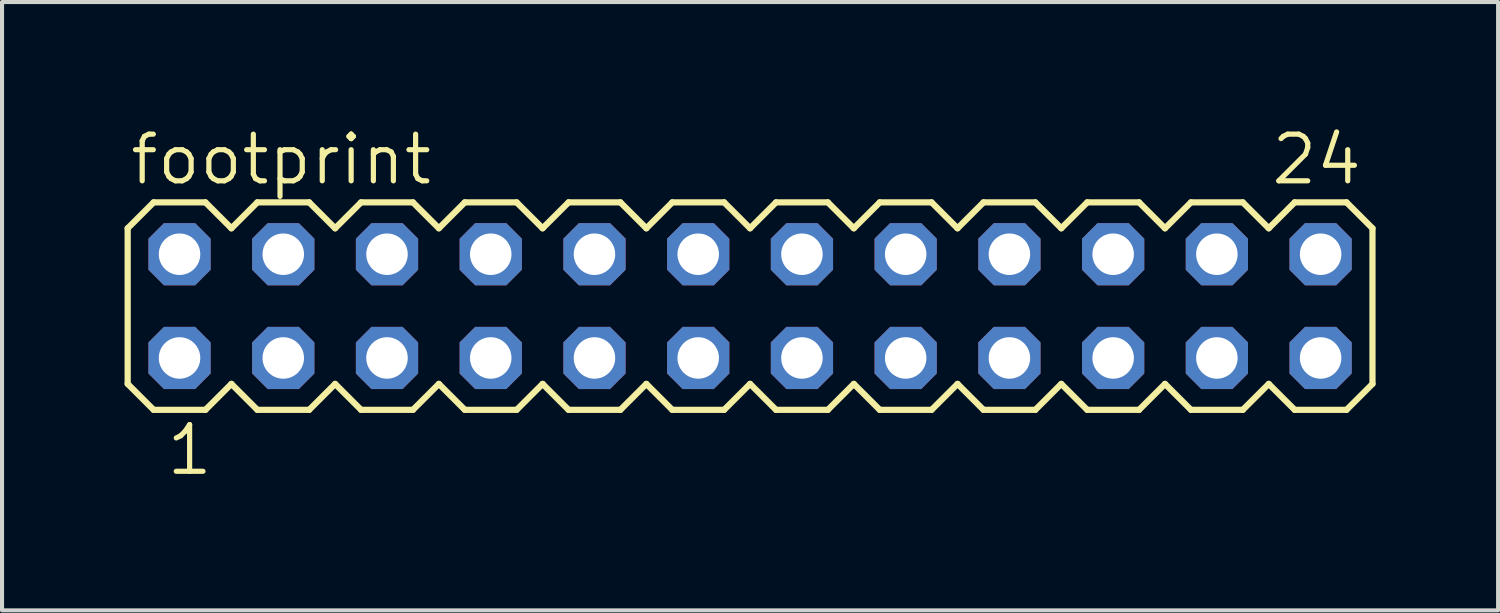
<source format=kicad_pcb>
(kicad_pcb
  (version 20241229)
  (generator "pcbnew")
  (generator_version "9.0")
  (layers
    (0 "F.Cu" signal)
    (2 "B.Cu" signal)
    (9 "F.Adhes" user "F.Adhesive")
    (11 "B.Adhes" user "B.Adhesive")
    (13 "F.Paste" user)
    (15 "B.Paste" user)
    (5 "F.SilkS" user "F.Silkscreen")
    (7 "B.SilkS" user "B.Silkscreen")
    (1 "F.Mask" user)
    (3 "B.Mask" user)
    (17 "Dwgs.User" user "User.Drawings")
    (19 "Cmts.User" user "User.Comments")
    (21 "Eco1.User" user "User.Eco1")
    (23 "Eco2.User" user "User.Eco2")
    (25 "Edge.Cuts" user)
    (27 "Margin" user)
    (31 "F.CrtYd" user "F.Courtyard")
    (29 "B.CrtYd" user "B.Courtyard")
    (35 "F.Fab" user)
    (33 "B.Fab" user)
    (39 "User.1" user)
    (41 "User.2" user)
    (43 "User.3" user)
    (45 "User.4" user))
  (footprint "footprint"
    (layer "F.Cu")
    (at 15.316 4.445)
    (property "Reference" "footprint" (at -15.24 -2.921 0) (layer "F.SilkS") (effects (font (size 1.143 1.143) (thickness 0.127)) (justify left bottom)))
    (fp_line (start -15.24 -1.905) (end -15.24 1.905) (stroke (width 0.152) (type solid)) (layer "F.SilkS"))
    (fp_line (start -15.24 1.905) (end -14.605 2.54) (stroke (width 0.152) (type solid)) (layer "F.SilkS"))
    (fp_line (start -14.605 -2.54) (end -15.24 -1.905) (stroke (width 0.152) (type solid)) (layer "F.SilkS"))
    (fp_line (start -14.605 -2.54) (end -13.335 -2.54) (stroke (width 0.152) (type solid)) (layer "F.SilkS"))
    (fp_line (start -13.335 -2.54) (end -12.7 -1.905) (stroke (width 0.152) (type solid)) (layer "F.SilkS"))
    (fp_line (start -13.335 2.54) (end -14.605 2.54) (stroke (width 0.152) (type solid)) (layer "F.SilkS"))
    (fp_line (start -12.7 -1.905) (end -12.065 -2.54) (stroke (width 0.152) (type solid)) (layer "F.SilkS"))
    (fp_line (start -12.7 1.905) (end -13.335 2.54) (stroke (width 0.152) (type solid)) (layer "F.SilkS"))
    (fp_line (start -12.065 -2.54) (end -10.795 -2.54) (stroke (width 0.152) (type solid)) (layer "F.SilkS"))
    (fp_line (start -12.065 2.54) (end -12.7 1.905) (stroke (width 0.152) (type solid)) (layer "F.SilkS"))
    (fp_line (start -10.795 -2.54) (end -10.16 -1.905) (stroke (width 0.152) (type solid)) (layer "F.SilkS"))
    (fp_line (start -10.795 2.54) (end -12.065 2.54) (stroke (width 0.152) (type solid)) (layer "F.SilkS"))
    (fp_line (start -10.16 -1.905) (end -9.525 -2.54) (stroke (width 0.152) (type solid)) (layer "F.SilkS"))
    (fp_line (start -10.16 1.905) (end -10.795 2.54) (stroke (width 0.152) (type solid)) (layer "F.SilkS"))
    (fp_line (start -9.525 -2.54) (end -8.255 -2.54) (stroke (width 0.152) (type solid)) (layer "F.SilkS"))
    (fp_line (start -9.525 2.54) (end -10.16 1.905) (stroke (width 0.152) (type solid)) (layer "F.SilkS"))
    (fp_line (start -8.255 -2.54) (end -7.62 -1.905) (stroke (width 0.152) (type solid)) (layer "F.SilkS"))
    (fp_line (start -8.255 2.54) (end -9.525 2.54) (stroke (width 0.152) (type solid)) (layer "F.SilkS"))
    (fp_line (start -7.62 1.905) (end -8.255 2.54) (stroke (width 0.152) (type solid)) (layer "F.SilkS"))
    (fp_line (start -7.62 1.905) (end -6.985 2.54) (stroke (width 0.152) (type solid)) (layer "F.SilkS"))
    (fp_line (start -6.985 -2.54) (end -7.62 -1.905) (stroke (width 0.152) (type solid)) (layer "F.SilkS"))
    (fp_line (start -6.985 -2.54) (end -5.715 -2.54) (stroke (width 0.152) (type solid)) (layer "F.SilkS"))
    (fp_line (start -5.715 -2.54) (end -5.08 -1.905) (stroke (width 0.152) (type solid)) (layer "F.SilkS"))
    (fp_line (start -5.715 2.54) (end -6.985 2.54) (stroke (width 0.152) (type solid)) (layer "F.SilkS"))
    (fp_line (start -5.08 -1.905) (end -4.445 -2.54) (stroke (width 0.152) (type solid)) (layer "F.SilkS"))
    (fp_line (start -5.08 1.905) (end -5.715 2.54) (stroke (width 0.152) (type solid)) (layer "F.SilkS"))
    (fp_line (start -4.445 -2.54) (end -3.175 -2.54) (stroke (width 0.152) (type solid)) (layer "F.SilkS"))
    (fp_line (start -4.445 2.54) (end -5.08 1.905) (stroke (width 0.152) (type solid)) (layer "F.SilkS"))
    (fp_line (start -3.175 -2.54) (end -2.54 -1.905) (stroke (width 0.152) (type solid)) (layer "F.SilkS"))
    (fp_line (start -3.175 2.54) (end -4.445 2.54) (stroke (width 0.152) (type solid)) (layer "F.SilkS"))
    (fp_line (start -2.54 -1.905) (end -1.905 -2.54) (stroke (width 0.152) (type solid)) (layer "F.SilkS"))
    (fp_line (start -2.54 1.905) (end -3.175 2.54) (stroke (width 0.152) (type solid)) (layer "F.SilkS"))
    (fp_line (start -1.905 -2.54) (end -0.635 -2.54) (stroke (width 0.152) (type solid)) (layer "F.SilkS"))
    (fp_line (start -1.905 2.54) (end -2.54 1.905) (stroke (width 0.152) (type solid)) (layer "F.SilkS"))
    (fp_line (start -0.635 -2.54) (end 0 -1.905) (stroke (width 0.152) (type solid)) (layer "F.SilkS"))
    (fp_line (start -0.635 2.54) (end -1.905 2.54) (stroke (width 0.152) (type solid)) (layer "F.SilkS"))
    (fp_line (start 0 1.905) (end -0.635 2.54) (stroke (width 0.152) (type solid)) (layer "F.SilkS"))
    (fp_line (start 0 1.905) (end 0.635 2.54) (stroke (width 0.152) (type solid)) (layer "F.SilkS"))
    (fp_line (start 0.635 -2.54) (end 0 -1.905) (stroke (width 0.152) (type solid)) (layer "F.SilkS"))
    (fp_line (start 0.635 -2.54) (end 1.905 -2.54) (stroke (width 0.152) (type solid)) (layer "F.SilkS"))
    (fp_line (start 1.905 -2.54) (end 2.54 -1.905) (stroke (width 0.152) (type solid)) (layer "F.SilkS"))
    (fp_line (start 1.905 2.54) (end 0.635 2.54) (stroke (width 0.152) (type solid)) (layer "F.SilkS"))
    (fp_line (start 2.54 -1.905) (end 3.175 -2.54) (stroke (width 0.152) (type solid)) (layer "F.SilkS"))
    (fp_line (start 2.54 1.905) (end 1.905 2.54) (stroke (width 0.152) (type solid)) (layer "F.SilkS"))
    (fp_line (start 3.175 -2.54) (end 4.445 -2.54) (stroke (width 0.152) (type solid)) (layer "F.SilkS"))
    (fp_line (start 3.175 2.54) (end 2.54 1.905) (stroke (width 0.152) (type solid)) (layer "F.SilkS"))
    (fp_line (start 4.445 -2.54) (end 5.08 -1.905) (stroke (width 0.152) (type solid)) (layer "F.SilkS"))
    (fp_line (start 4.445 2.54) (end 3.175 2.54) (stroke (width 0.152) (type solid)) (layer "F.SilkS"))
    (fp_line (start 5.08 -1.905) (end 5.715 -2.54) (stroke (width 0.152) (type solid)) (layer "F.SilkS"))
    (fp_line (start 5.08 1.905) (end 4.445 2.54) (stroke (width 0.152) (type solid)) (layer "F.SilkS"))
    (fp_line (start 5.715 -2.54) (end 6.985 -2.54) (stroke (width 0.152) (type solid)) (layer "F.SilkS"))
    (fp_line (start 5.715 2.54) (end 5.08 1.905) (stroke (width 0.152) (type solid)) (layer "F.SilkS"))
    (fp_line (start 6.985 -2.54) (end 7.62 -1.905) (stroke (width 0.152) (type solid)) (layer "F.SilkS"))
    (fp_line (start 6.985 2.54) (end 5.715 2.54) (stroke (width 0.152) (type solid)) (layer "F.SilkS"))
    (fp_line (start 7.62 1.905) (end 6.985 2.54) (stroke (width 0.152) (type solid)) (layer "F.SilkS"))
    (fp_line (start 7.62 1.905) (end 8.255 2.54) (stroke (width 0.152) (type solid)) (layer "F.SilkS"))
    (fp_line (start 8.255 -2.54) (end 7.62 -1.905) (stroke (width 0.152) (type solid)) (layer "F.SilkS"))
    (fp_line (start 8.255 -2.54) (end 9.525 -2.54) (stroke (width 0.152) (type solid)) (layer "F.SilkS"))
    (fp_line (start 9.525 -2.54) (end 10.16 -1.905) (stroke (width 0.152) (type solid)) (layer "F.SilkS"))
    (fp_line (start 9.525 2.54) (end 8.255 2.54) (stroke (width 0.152) (type solid)) (layer "F.SilkS"))
    (fp_line (start 10.16 -1.905) (end 10.795 -2.54) (stroke (width 0.152) (type solid)) (layer "F.SilkS"))
    (fp_line (start 10.16 1.905) (end 9.525 2.54) (stroke (width 0.152) (type solid)) (layer "F.SilkS"))
    (fp_line (start 10.795 -2.54) (end 12.065 -2.54) (stroke (width 0.152) (type solid)) (layer "F.SilkS"))
    (fp_line (start 10.795 2.54) (end 10.16 1.905) (stroke (width 0.152) (type solid)) (layer "F.SilkS"))
    (fp_line (start 12.065 -2.54) (end 12.7 -1.905) (stroke (width 0.152) (type solid)) (layer "F.SilkS"))
    (fp_line (start 12.065 2.54) (end 10.795 2.54) (stroke (width 0.152) (type solid)) (layer "F.SilkS"))
    (fp_line (start 12.7 -1.905) (end 13.335 -2.54) (stroke (width 0.152) (type solid)) (layer "F.SilkS"))
    (fp_line (start 12.7 1.905) (end 12.065 2.54) (stroke (width 0.152) (type solid)) (layer "F.SilkS"))
    (fp_line (start 13.335 -2.54) (end 14.605 -2.54) (stroke (width 0.152) (type solid)) (layer "F.SilkS"))
    (fp_line (start 13.335 2.54) (end 12.7 1.905) (stroke (width 0.152) (type solid)) (layer "F.SilkS"))
    (fp_line (start 14.605 -2.54) (end 15.24 -1.905) (stroke (width 0.152) (type solid)) (layer "F.SilkS"))
    (fp_line (start 14.605 2.54) (end 13.335 2.54) (stroke (width 0.152) (type solid)) (layer "F.SilkS"))
    (fp_line (start 15.24 -1.905) (end 15.24 1.905) (stroke (width 0.152) (type solid)) (layer "F.SilkS"))
    (fp_line (start 15.24 1.905) (end 14.605 2.54) (stroke (width 0.152) (type solid)) (layer "F.SilkS"))
    (fp_poly (pts (xy -14.224 -1.016) (xy -13.716 -1.016) (xy -13.716 -1.524) (xy -14.224 -1.524)) (stroke (width 0.1) (type solid)) (fill no) (layer "F.Fab"))
    (fp_poly (pts (xy -14.224 1.524) (xy -13.716 1.524) (xy -13.716 1.016) (xy -14.224 1.016)) (stroke (width 0.1) (type solid)) (fill no) (layer "F.Fab"))
    (fp_poly (pts (xy -11.684 -1.016) (xy -11.176 -1.016) (xy -11.176 -1.524) (xy -11.684 -1.524)) (stroke (width 0.1) (type solid)) (fill no) (layer "F.Fab"))
    (fp_poly (pts (xy -11.684 1.524) (xy -11.176 1.524) (xy -11.176 1.016) (xy -11.684 1.016)) (stroke (width 0.1) (type solid)) (fill no) (layer "F.Fab"))
    (fp_poly (pts (xy -9.144 -1.016) (xy -8.636 -1.016) (xy -8.636 -1.524) (xy -9.144 -1.524)) (stroke (width 0.1) (type solid)) (fill no) (layer "F.Fab"))
    (fp_poly (pts (xy -9.144 1.524) (xy -8.636 1.524) (xy -8.636 1.016) (xy -9.144 1.016)) (stroke (width 0.1) (type solid)) (fill no) (layer "F.Fab"))
    (fp_poly (pts (xy -6.604 -1.016) (xy -6.096 -1.016) (xy -6.096 -1.524) (xy -6.604 -1.524)) (stroke (width 0.1) (type solid)) (fill no) (layer "F.Fab"))
    (fp_poly (pts (xy -6.604 1.524) (xy -6.096 1.524) (xy -6.096 1.016) (xy -6.604 1.016)) (stroke (width 0.1) (type solid)) (fill no) (layer "F.Fab"))
    (fp_poly (pts (xy -4.064 -1.016) (xy -3.556 -1.016) (xy -3.556 -1.524) (xy -4.064 -1.524)) (stroke (width 0.1) (type solid)) (fill no) (layer "F.Fab"))
    (fp_poly (pts (xy -4.064 1.524) (xy -3.556 1.524) (xy -3.556 1.016) (xy -4.064 1.016)) (stroke (width 0.1) (type solid)) (fill no) (layer "F.Fab"))
    (fp_poly (pts (xy -1.524 -1.016) (xy -1.016 -1.016) (xy -1.016 -1.524) (xy -1.524 -1.524)) (stroke (width 0.1) (type solid)) (fill no) (layer "F.Fab"))
    (fp_poly (pts (xy -1.524 1.524) (xy -1.016 1.524) (xy -1.016 1.016) (xy -1.524 1.016)) (stroke (width 0.1) (type solid)) (fill no) (layer "F.Fab"))
    (fp_poly (pts (xy 1.016 -1.016) (xy 1.524 -1.016) (xy 1.524 -1.524) (xy 1.016 -1.524)) (stroke (width 0.1) (type solid)) (fill no) (layer "F.Fab"))
    (fp_poly (pts (xy 1.016 1.524) (xy 1.524 1.524) (xy 1.524 1.016) (xy 1.016 1.016)) (stroke (width 0.1) (type solid)) (fill no) (layer "F.Fab"))
    (fp_poly (pts (xy 3.556 -1.016) (xy 4.064 -1.016) (xy 4.064 -1.524) (xy 3.556 -1.524)) (stroke (width 0.1) (type solid)) (fill no) (layer "F.Fab"))
    (fp_poly (pts (xy 3.556 1.524) (xy 4.064 1.524) (xy 4.064 1.016) (xy 3.556 1.016)) (stroke (width 0.1) (type solid)) (fill no) (layer "F.Fab"))
    (fp_poly (pts (xy 6.096 -1.016) (xy 6.604 -1.016) (xy 6.604 -1.524) (xy 6.096 -1.524)) (stroke (width 0.1) (type solid)) (fill no) (layer "F.Fab"))
    (fp_poly (pts (xy 6.096 1.524) (xy 6.604 1.524) (xy 6.604 1.016) (xy 6.096 1.016)) (stroke (width 0.1) (type solid)) (fill no) (layer "F.Fab"))
    (fp_poly (pts (xy 8.636 -1.016) (xy 9.144 -1.016) (xy 9.144 -1.524) (xy 8.636 -1.524)) (stroke (width 0.1) (type solid)) (fill no) (layer "F.Fab"))
    (fp_poly (pts (xy 8.636 1.524) (xy 9.144 1.524) (xy 9.144 1.016) (xy 8.636 1.016)) (stroke (width 0.1) (type solid)) (fill no) (layer "F.Fab"))
    (fp_poly (pts (xy 11.176 -1.016) (xy 11.684 -1.016) (xy 11.684 -1.524) (xy 11.176 -1.524)) (stroke (width 0.1) (type solid)) (fill no) (layer "F.Fab"))
    (fp_poly (pts (xy 11.176 1.524) (xy 11.684 1.524) (xy 11.684 1.016) (xy 11.176 1.016)) (stroke (width 0.1) (type solid)) (fill no) (layer "F.Fab"))
    (fp_poly (pts (xy 13.716 -1.016) (xy 14.224 -1.016) (xy 14.224 -1.524) (xy 13.716 -1.524)) (stroke (width 0.1) (type solid)) (fill no) (layer "F.Fab"))
    (fp_poly (pts (xy 13.716 1.524) (xy 14.224 1.524) (xy 14.224 1.016) (xy 13.716 1.016)) (stroke (width 0.1) (type solid)) (fill no) (layer "F.Fab"))
    (fp_text user "1" (at -14.351 4.191 0) (layer "F.SilkS") (effects (font (size 1.143 1.143) (thickness 0.127)) (justify left bottom)))
    (fp_text user "24" (at 12.7 -2.921 0) (layer "F.SilkS") (effects (font (size 1.143 1.143) (thickness 0.127)) (justify left bottom)))
    (pad "1" thru_hole roundrect (at -13.97 1.27) (size 1.524 1.524) (drill 1.016) (layers "*.Cu" "*.Mask") (roundrect_rratio 0.25) (chamfer_ratio 0.25) (chamfer top_left top_right bottom_left bottom_right))
    (pad "2" thru_hole roundrect (at -13.97 -1.27) (size 1.524 1.524) (drill 1.016) (layers "*.Cu" "*.Mask") (roundrect_rratio 0.25) (chamfer_ratio 0.25) (chamfer top_left top_right bottom_left bottom_right))
    (pad "3" thru_hole roundrect (at -11.43 1.27) (size 1.524 1.524) (drill 1.016) (layers "*.Cu" "*.Mask") (roundrect_rratio 0.25) (chamfer_ratio 0.25) (chamfer top_left top_right bottom_left bottom_right))
    (pad "4" thru_hole roundrect (at -11.43 -1.27) (size 1.524 1.524) (drill 1.016) (layers "*.Cu" "*.Mask") (roundrect_rratio 0.25) (chamfer_ratio 0.25) (chamfer top_left top_right bottom_left bottom_right))
    (pad "5" thru_hole roundrect (at -8.89 1.27) (size 1.524 1.524) (drill 1.016) (layers "*.Cu" "*.Mask") (roundrect_rratio 0.25) (chamfer_ratio 0.25) (chamfer top_left top_right bottom_left bottom_right))
    (pad "6" thru_hole roundrect (at -8.89 -1.27) (size 1.524 1.524) (drill 1.016) (layers "*.Cu" "*.Mask") (roundrect_rratio 0.25) (chamfer_ratio 0.25) (chamfer top_left top_right bottom_left bottom_right))
    (pad "7" thru_hole roundrect (at -6.35 1.27) (size 1.524 1.524) (drill 1.016) (layers "*.Cu" "*.Mask") (roundrect_rratio 0.25) (chamfer_ratio 0.25) (chamfer top_left top_right bottom_left bottom_right))
    (pad "8" thru_hole roundrect (at -6.35 -1.27) (size 1.524 1.524) (drill 1.016) (layers "*.Cu" "*.Mask") (roundrect_rratio 0.25) (chamfer_ratio 0.25) (chamfer top_left top_right bottom_left bottom_right))
    (pad "9" thru_hole roundrect (at -3.81 1.27) (size 1.524 1.524) (drill 1.016) (layers "*.Cu" "*.Mask") (roundrect_rratio 0.25) (chamfer_ratio 0.25) (chamfer top_left top_right bottom_left bottom_right))
    (pad "10" thru_hole roundrect (at -3.81 -1.27) (size 1.524 1.524) (drill 1.016) (layers "*.Cu" "*.Mask") (roundrect_rratio 0.25) (chamfer_ratio 0.25) (chamfer top_left top_right bottom_left bottom_right))
    (pad "11" thru_hole roundrect (at -1.27 1.27) (size 1.524 1.524) (drill 1.016) (layers "*.Cu" "*.Mask") (roundrect_rratio 0.25) (chamfer_ratio 0.25) (chamfer top_left top_right bottom_left bottom_right))
    (pad "12" thru_hole roundrect (at -1.27 -1.27) (size 1.524 1.524) (drill 1.016) (layers "*.Cu" "*.Mask") (roundrect_rratio 0.25) (chamfer_ratio 0.25) (chamfer top_left top_right bottom_left bottom_right))
    (pad "13" thru_hole roundrect (at 1.27 1.27) (size 1.524 1.524) (drill 1.016) (layers "*.Cu" "*.Mask") (roundrect_rratio 0.25) (chamfer_ratio 0.25) (chamfer top_left top_right bottom_left bottom_right))
    (pad "14" thru_hole roundrect (at 1.27 -1.27) (size 1.524 1.524) (drill 1.016) (layers "*.Cu" "*.Mask") (roundrect_rratio 0.25) (chamfer_ratio 0.25) (chamfer top_left top_right bottom_left bottom_right))
    (pad "15" thru_hole roundrect (at 3.81 1.27) (size 1.524 1.524) (drill 1.016) (layers "*.Cu" "*.Mask") (roundrect_rratio 0.25) (chamfer_ratio 0.25) (chamfer top_left top_right bottom_left bottom_right))
    (pad "16" thru_hole roundrect (at 3.81 -1.27) (size 1.524 1.524) (drill 1.016) (layers "*.Cu" "*.Mask") (roundrect_rratio 0.25) (chamfer_ratio 0.25) (chamfer top_left top_right bottom_left bottom_right))
    (pad "17" thru_hole roundrect (at 6.35 1.27) (size 1.524 1.524) (drill 1.016) (layers "*.Cu" "*.Mask") (roundrect_rratio 0.25) (chamfer_ratio 0.25) (chamfer top_left top_right bottom_left bottom_right))
    (pad "18" thru_hole roundrect (at 6.35 -1.27) (size 1.524 1.524) (drill 1.016) (layers "*.Cu" "*.Mask") (roundrect_rratio 0.25) (chamfer_ratio 0.25) (chamfer top_left top_right bottom_left bottom_right))
    (pad "19" thru_hole roundrect (at 8.89 1.27) (size 1.524 1.524) (drill 1.016) (layers "*.Cu" "*.Mask") (roundrect_rratio 0.25) (chamfer_ratio 0.25) (chamfer top_left top_right bottom_left bottom_right))
    (pad "20" thru_hole roundrect (at 8.89 -1.27) (size 1.524 1.524) (drill 1.016) (layers "*.Cu" "*.Mask") (roundrect_rratio 0.25) (chamfer_ratio 0.25) (chamfer top_left top_right bottom_left bottom_right))
    (pad "21" thru_hole roundrect (at 11.43 1.27) (size 1.524 1.524) (drill 1.016) (layers "*.Cu" "*.Mask") (roundrect_rratio 0.25) (chamfer_ratio 0.25) (chamfer top_left top_right bottom_left bottom_right))
    (pad "22" thru_hole roundrect (at 11.43 -1.27) (size 1.524 1.524) (drill 1.016) (layers "*.Cu" "*.Mask") (roundrect_rratio 0.25) (chamfer_ratio 0.25) (chamfer top_left top_right bottom_left bottom_right))
    (pad "23" thru_hole roundrect (at 13.97 1.27) (size 1.524 1.524) (drill 1.016) (layers "*.Cu" "*.Mask") (roundrect_rratio 0.25) (chamfer_ratio 0.25) (chamfer top_left top_right bottom_left bottom_right))
    (pad "24" thru_hole roundrect (at 13.97 -1.27) (size 1.524 1.524) (drill 1.016) (layers "*.Cu" "*.Mask") (roundrect_rratio 0.25) (chamfer_ratio 0.25) (chamfer top_left top_right bottom_left bottom_right)))
  (gr_rect
    (start -3 -3)
    (end 33.632 11.895)
    (stroke (width 0.1) (type default))
    (fill no)
    (layer "Edge.Cuts")))
</source>
